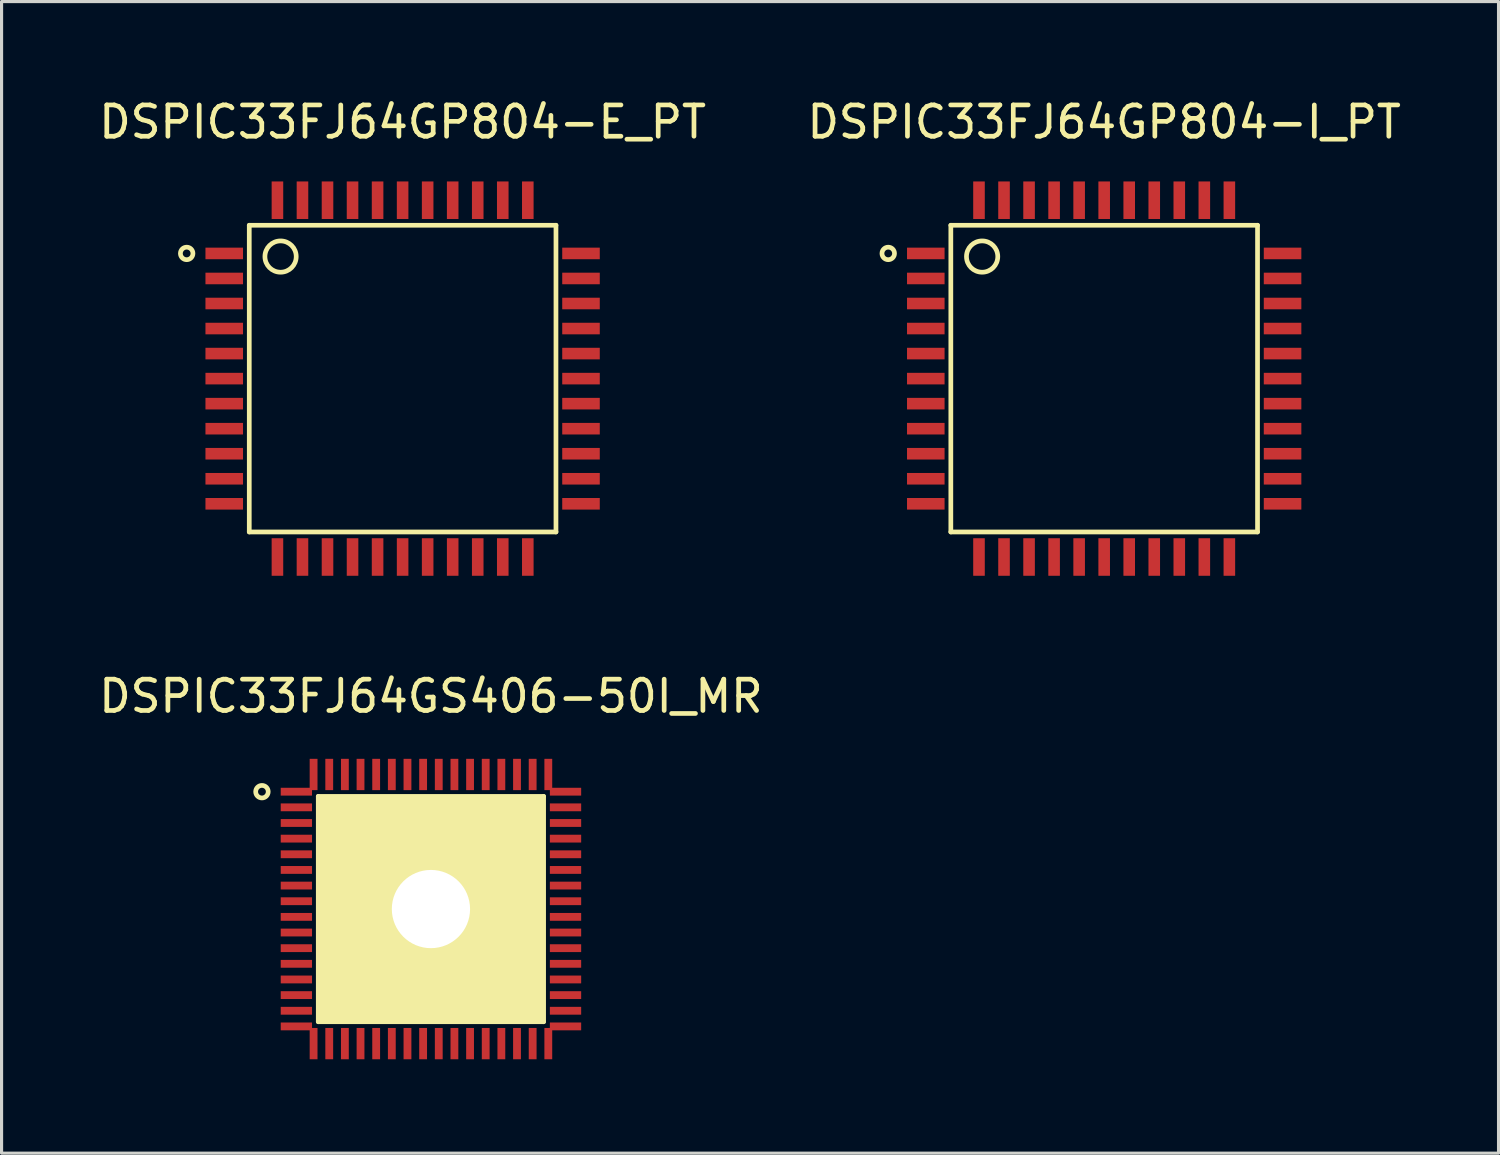
<source format=kicad_pcb>
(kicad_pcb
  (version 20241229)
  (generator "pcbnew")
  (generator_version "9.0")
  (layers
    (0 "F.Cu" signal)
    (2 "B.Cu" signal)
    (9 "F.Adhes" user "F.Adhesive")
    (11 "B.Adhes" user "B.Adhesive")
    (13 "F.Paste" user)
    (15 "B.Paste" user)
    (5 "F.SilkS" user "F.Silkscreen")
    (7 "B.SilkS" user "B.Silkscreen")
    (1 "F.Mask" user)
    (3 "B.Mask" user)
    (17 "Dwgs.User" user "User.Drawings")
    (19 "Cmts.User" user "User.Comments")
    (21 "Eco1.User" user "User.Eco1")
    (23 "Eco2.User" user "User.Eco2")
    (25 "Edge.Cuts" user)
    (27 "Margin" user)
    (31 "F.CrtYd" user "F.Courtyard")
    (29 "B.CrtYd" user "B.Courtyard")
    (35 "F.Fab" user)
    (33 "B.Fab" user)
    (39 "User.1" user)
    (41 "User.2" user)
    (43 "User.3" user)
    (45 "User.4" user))
  (footprint "DSPIC33FJ64GS406-50I_MR"
    (layer "F.Cu")
    (at 6.42 21.697)
    (property "Reference" "DSPIC33FJ64GS406-50I_MR" (at 4.3 -2.5 0) (layer "F.SilkS") (effects (font (size 1 1) (thickness 0.15))))
    (attr through_hole)
    (fp_line (start 0.7 0.7) (end 0.7 7.9) (stroke (width 0.15) (type solid)) (layer "F.SilkS"))
    (fp_line (start 0.7 0.7) (end 7.9 0.7) (stroke (width 0.15) (type solid)) (layer "F.SilkS"))
    (fp_line (start 0.7 7.9) (end 7.9 7.9) (stroke (width 0.15) (type solid)) (layer "F.SilkS"))
    (fp_line (start 7.9 7.9) (end 7.9 0.7) (stroke (width 0.15) (type solid)) (layer "F.SilkS"))
    (fp_circle (center -1.1 0.55) (end -1.1 0.35) (stroke (width 0.15) (type solid)) (fill no) (layer "F.SilkS"))
    (fp_circle (center 1.7 1.7) (end 1.7 1.2) (stroke (width 0.15) (type solid)) (fill no) (layer "F.SilkS"))
    (pad "1" smd rect (at 0 0.55) (size 1 0.25) (layers "F.Cu" "F.Mask" "F.Paste"))
    (pad "2" smd rect (at 0 1.05) (size 1 0.25) (layers "F.Cu" "F.Mask" "F.Paste"))
    (pad "3" smd rect (at 0 1.55) (size 1 0.25) (layers "F.Cu" "F.Mask" "F.Paste"))
    (pad "4" smd rect (at 0 2.05) (size 1 0.25) (layers "F.Cu" "F.Mask" "F.Paste"))
    (pad "5" smd rect (at 0 2.55) (size 1 0.25) (layers "F.Cu" "F.Mask" "F.Paste"))
    (pad "6" smd rect (at 0 3.05) (size 1 0.25) (layers "F.Cu" "F.Mask" "F.Paste"))
    (pad "7" smd rect (at 0 3.55) (size 1 0.25) (layers "F.Cu" "F.Mask" "F.Paste"))
    (pad "8" smd rect (at 0 4.05) (size 1 0.25) (layers "F.Cu" "F.Mask" "F.Paste"))
    (pad "9" smd rect (at 0 4.55) (size 1 0.25) (layers "F.Cu" "F.Mask" "F.Paste"))
    (pad "10" smd rect (at 0 5.05) (size 1 0.25) (layers "F.Cu" "F.Mask" "F.Paste"))
    (pad "11" smd rect (at 0 5.55) (size 1 0.25) (layers "F.Cu" "F.Mask" "F.Paste"))
    (pad "12" smd rect (at 0 6.05) (size 1 0.25) (layers "F.Cu" "F.Mask" "F.Paste"))
    (pad "13" smd rect (at 0 6.55) (size 1 0.25) (layers "F.Cu" "F.Mask" "F.Paste"))
    (pad "14" smd rect (at 0 7.05) (size 1 0.25) (layers "F.Cu" "F.Mask" "F.Paste"))
    (pad "15" smd rect (at 0 7.55) (size 1 0.25) (layers "F.Cu" "F.Mask" "F.Paste"))
    (pad "16" smd rect (at 0 8.05) (size 1 0.25) (layers "F.Cu" "F.Mask" "F.Paste"))
    (pad "17" smd rect (at 0.55 8.6) (size 0.25 1) (layers "F.Cu" "F.Mask" "F.Paste"))
    (pad "18" smd rect (at 1.05 8.6) (size 0.25 1) (layers "F.Cu" "F.Mask" "F.Paste"))
    (pad "19" smd rect (at 1.55 8.6) (size 0.25 1) (layers "F.Cu" "F.Mask" "F.Paste"))
    (pad "20" smd rect (at 2.05 8.6) (size 0.25 1) (layers "F.Cu" "F.Mask" "F.Paste"))
    (pad "21" smd rect (at 2.55 8.6) (size 0.25 1) (layers "F.Cu" "F.Mask" "F.Paste"))
    (pad "22" smd rect (at 3.05 8.6) (size 0.25 1) (layers "F.Cu" "F.Mask" "F.Paste"))
    (pad "23" smd rect (at 3.55 8.6) (size 0.25 1) (layers "F.Cu" "F.Mask" "F.Paste"))
    (pad "24" smd rect (at 4.05 8.6) (size 0.25 1) (layers "F.Cu" "F.Mask" "F.Paste"))
    (pad "25" smd rect (at 4.55 8.6) (size 0.25 1) (layers "F.Cu" "F.Mask" "F.Paste"))
    (pad "26" smd rect (at 5.05 8.6) (size 0.25 1) (layers "F.Cu" "F.Mask" "F.Paste"))
    (pad "27" smd rect (at 5.55 8.6) (size 0.25 1) (layers "F.Cu" "F.Mask" "F.Paste"))
    (pad "28" smd rect (at 6.05 8.6) (size 0.25 1) (layers "F.Cu" "F.Mask" "F.Paste"))
    (pad "29" smd rect (at 6.55 8.6) (size 0.25 1) (layers "F.Cu" "F.Mask" "F.Paste"))
    (pad "30" smd rect (at 7.05 8.6) (size 0.25 1) (layers "F.Cu" "F.Mask" "F.Paste"))
    (pad "31" smd rect (at 7.55 8.6) (size 0.25 1) (layers "F.Cu" "F.Mask" "F.Paste"))
    (pad "32" smd rect (at 8.05 8.6) (size 0.25 1) (layers "F.Cu" "F.Mask" "F.Paste"))
    (pad "33" smd rect (at 8.6 8.05) (size 1 0.25) (layers "F.Cu" "F.Mask" "F.Paste"))
    (pad "34" smd rect (at 8.6 7.55) (size 1 0.25) (layers "F.Cu" "F.Mask" "F.Paste"))
    (pad "35" smd rect (at 8.6 7.05) (size 1 0.25) (layers "F.Cu" "F.Mask" "F.Paste"))
    (pad "36" smd rect (at 8.6 6.55) (size 1 0.25) (layers "F.Cu" "F.Mask" "F.Paste"))
    (pad "37" smd rect (at 8.6 6.05) (size 1 0.25) (layers "F.Cu" "F.Mask" "F.Paste"))
    (pad "38" smd rect (at 8.6 5.55) (size 1 0.25) (layers "F.Cu" "F.Mask" "F.Paste"))
    (pad "39" smd rect (at 8.6 5.05) (size 1 0.25) (layers "F.Cu" "F.Mask" "F.Paste"))
    (pad "40" smd rect (at 8.6 4.55) (size 1 0.25) (layers "F.Cu" "F.Mask" "F.Paste"))
    (pad "41" smd rect (at 8.6 4.05) (size 1 0.25) (layers "F.Cu" "F.Mask" "F.Paste"))
    (pad "42" smd rect (at 8.6 3.55) (size 1 0.25) (layers "F.Cu" "F.Mask" "F.Paste"))
    (pad "43" smd rect (at 8.6 3.05) (size 1 0.25) (layers "F.Cu" "F.Mask" "F.Paste"))
    (pad "44" smd rect (at 8.6 2.55) (size 1 0.25) (layers "F.Cu" "F.Mask" "F.Paste"))
    (pad "45" smd rect (at 8.6 2.05) (size 1 0.25) (layers "F.Cu" "F.Mask" "F.Paste"))
    (pad "46" smd rect (at 8.6 1.55) (size 1 0.25) (layers "F.Cu" "F.Mask" "F.Paste"))
    (pad "47" smd rect (at 8.6 1.05) (size 1 0.25) (layers "F.Cu" "F.Mask" "F.Paste"))
    (pad "48" smd rect (at 8.6 0.55) (size 1 0.25) (layers "F.Cu" "F.Mask" "F.Paste"))
    (pad "49" smd rect (at 8.05 0) (size 0.25 1) (layers "F.Cu" "F.Mask" "F.Paste"))
    (pad "50" smd rect (at 7.55 0) (size 0.25 1) (layers "F.Cu" "F.Mask" "F.Paste"))
    (pad "51" smd rect (at 7.05 0) (size 0.25 1) (layers "F.Cu" "F.Mask" "F.Paste"))
    (pad "52" smd rect (at 6.55 0) (size 0.25 1) (layers "F.Cu" "F.Mask" "F.Paste"))
    (pad "53" smd rect (at 6.05 0) (size 0.25 1) (layers "F.Cu" "F.Mask" "F.Paste"))
    (pad "54" smd rect (at 5.55 0) (size 0.25 1) (layers "F.Cu" "F.Mask" "F.Paste"))
    (pad "55" smd rect (at 5.05 0) (size 0.25 1) (layers "F.Cu" "F.Mask" "F.Paste"))
    (pad "56" smd rect (at 4.55 0) (size 0.25 1) (layers "F.Cu" "F.Mask" "F.Paste"))
    (pad "57" smd rect (at 4.05 0) (size 0.25 1) (layers "F.Cu" "F.Mask" "F.Paste"))
    (pad "58" smd rect (at 3.55 0) (size 0.25 1) (layers "F.Cu" "F.Mask" "F.Paste"))
    (pad "59" smd rect (at 3.05 0) (size 0.25 1) (layers "F.Cu" "F.Mask" "F.Paste"))
    (pad "60" smd rect (at 2.55 0) (size 0.25 1) (layers "F.Cu" "F.Mask" "F.Paste"))
    (pad "61" smd rect (at 2.05 0) (size 0.25 1) (layers "F.Cu" "F.Mask" "F.Paste"))
    (pad "62" smd rect (at 1.55 0) (size 0.25 1) (layers "F.Cu" "F.Mask" "F.Paste"))
    (pad "63" smd rect (at 1.05 0) (size 0.25 1) (layers "F.Cu" "F.Mask" "F.Paste"))
    (pad "64" smd rect (at 0.55 0) (size 0.25 1) (layers "F.Cu" "F.Mask" "F.Paste"))
    (pad "999" thru_hole rect (at 4.3 4.3) (size 7.15 7.15) (drill 2.5) (layers "*.Cu" "*.Mask" "F.SilkS")))
  (footprint "DSPIC33FJ64GP804-I_PT"
    (layer "F.Cu")
    (at 26.532 3.348)
    (property "Reference" "DSPIC33FJ64GP804-I_PT" (at 5.7 -2.5 0) (layer "F.SilkS") (effects (font (size 1 1) (thickness 0.15))))
    (attr through_hole)
    (fp_line (start 0.8 0.8) (end 0.8 10.6) (stroke (width 0.15) (type solid)) (layer "F.SilkS"))
    (fp_line (start 0.8 0.8) (end 10.6 0.8) (stroke (width 0.15) (type solid)) (layer "F.SilkS"))
    (fp_line (start 0.8 10.6) (end 10.6 10.6) (stroke (width 0.15) (type solid)) (layer "F.SilkS"))
    (fp_line (start 10.6 10.6) (end 10.6 0.8) (stroke (width 0.15) (type solid)) (layer "F.SilkS"))
    (fp_circle (center -1.2 1.7) (end -1.2 1.5) (stroke (width 0.15) (type solid)) (fill no) (layer "F.SilkS"))
    (fp_circle (center 1.8 1.8) (end 1.8 1.3) (stroke (width 0.15) (type solid)) (fill no) (layer "F.SilkS"))
    (pad "1" smd rect (at 0 1.7) (size 1.2 0.37) (layers "F.Cu" "F.Mask" "F.Paste"))
    (pad "2" smd rect (at 0 2.5) (size 1.2 0.37) (layers "F.Cu" "F.Mask" "F.Paste"))
    (pad "3" smd rect (at 0 3.3) (size 1.2 0.37) (layers "F.Cu" "F.Mask" "F.Paste"))
    (pad "4" smd rect (at 0 4.1) (size 1.2 0.37) (layers "F.Cu" "F.Mask" "F.Paste"))
    (pad "5" smd rect (at 0 4.9) (size 1.2 0.37) (layers "F.Cu" "F.Mask" "F.Paste"))
    (pad "6" smd rect (at 0 5.7) (size 1.2 0.37) (layers "F.Cu" "F.Mask" "F.Paste"))
    (pad "7" smd rect (at 0 6.5) (size 1.2 0.37) (layers "F.Cu" "F.Mask" "F.Paste"))
    (pad "8" smd rect (at 0 7.3) (size 1.2 0.37) (layers "F.Cu" "F.Mask" "F.Paste"))
    (pad "9" smd rect (at 0 8.1) (size 1.2 0.37) (layers "F.Cu" "F.Mask" "F.Paste"))
    (pad "10" smd rect (at 0 8.9) (size 1.2 0.37) (layers "F.Cu" "F.Mask" "F.Paste"))
    (pad "11" smd rect (at 0 9.7) (size 1.2 0.37) (layers "F.Cu" "F.Mask" "F.Paste"))
    (pad "12" smd rect (at 1.7 11.4) (size 0.37 1.2) (layers "F.Cu" "F.Mask" "F.Paste"))
    (pad "13" smd rect (at 2.5 11.4) (size 0.37 1.2) (layers "F.Cu" "F.Mask" "F.Paste"))
    (pad "14" smd rect (at 3.3 11.4) (size 0.37 1.2) (layers "F.Cu" "F.Mask" "F.Paste"))
    (pad "15" smd rect (at 4.1 11.4) (size 0.37 1.2) (layers "F.Cu" "F.Mask" "F.Paste"))
    (pad "16" smd rect (at 4.9 11.4) (size 0.37 1.2) (layers "F.Cu" "F.Mask" "F.Paste"))
    (pad "17" smd rect (at 5.7 11.4) (size 0.37 1.2) (layers "F.Cu" "F.Mask" "F.Paste"))
    (pad "18" smd rect (at 6.5 11.4) (size 0.37 1.2) (layers "F.Cu" "F.Mask" "F.Paste"))
    (pad "19" smd rect (at 7.3 11.4) (size 0.37 1.2) (layers "F.Cu" "F.Mask" "F.Paste"))
    (pad "20" smd rect (at 8.1 11.4) (size 0.37 1.2) (layers "F.Cu" "F.Mask" "F.Paste"))
    (pad "21" smd rect (at 8.9 11.4) (size 0.37 1.2) (layers "F.Cu" "F.Mask" "F.Paste"))
    (pad "22" smd rect (at 9.7 11.4) (size 0.37 1.2) (layers "F.Cu" "F.Mask" "F.Paste"))
    (pad "23" smd rect (at 11.4 9.7) (size 1.2 0.37) (layers "F.Cu" "F.Mask" "F.Paste"))
    (pad "24" smd rect (at 11.4 8.9) (size 1.2 0.37) (layers "F.Cu" "F.Mask" "F.Paste"))
    (pad "25" smd rect (at 11.4 8.1) (size 1.2 0.37) (layers "F.Cu" "F.Mask" "F.Paste"))
    (pad "26" smd rect (at 11.4 7.3) (size 1.2 0.37) (layers "F.Cu" "F.Mask" "F.Paste"))
    (pad "27" smd rect (at 11.4 6.5) (size 1.2 0.37) (layers "F.Cu" "F.Mask" "F.Paste"))
    (pad "28" smd rect (at 11.4 5.7) (size 1.2 0.37) (layers "F.Cu" "F.Mask" "F.Paste"))
    (pad "29" smd rect (at 11.4 4.9) (size 1.2 0.37) (layers "F.Cu" "F.Mask" "F.Paste"))
    (pad "30" smd rect (at 11.4 4.1) (size 1.2 0.37) (layers "F.Cu" "F.Mask" "F.Paste"))
    (pad "31" smd rect (at 11.4 3.3) (size 1.2 0.37) (layers "F.Cu" "F.Mask" "F.Paste"))
    (pad "32" smd rect (at 11.4 2.5) (size 1.2 0.37) (layers "F.Cu" "F.Mask" "F.Paste"))
    (pad "33" smd rect (at 11.4 1.7) (size 1.2 0.37) (layers "F.Cu" "F.Mask" "F.Paste"))
    (pad "34" smd rect (at 9.7 0) (size 0.37 1.2) (layers "F.Cu" "F.Mask" "F.Paste"))
    (pad "35" smd rect (at 8.9 0) (size 0.37 1.2) (layers "F.Cu" "F.Mask" "F.Paste"))
    (pad "36" smd rect (at 8.1 0) (size 0.37 1.2) (layers "F.Cu" "F.Mask" "F.Paste"))
    (pad "37" smd rect (at 7.3 0) (size 0.37 1.2) (layers "F.Cu" "F.Mask" "F.Paste"))
    (pad "38" smd rect (at 6.5 0) (size 0.37 1.2) (layers "F.Cu" "F.Mask" "F.Paste"))
    (pad "39" smd rect (at 5.7 0) (size 0.37 1.2) (layers "F.Cu" "F.Mask" "F.Paste"))
    (pad "40" smd rect (at 4.9 0) (size 0.37 1.2) (layers "F.Cu" "F.Mask" "F.Paste"))
    (pad "41" smd rect (at 4.1 0) (size 0.37 1.2) (layers "F.Cu" "F.Mask" "F.Paste"))
    (pad "42" smd rect (at 3.3 0) (size 0.37 1.2) (layers "F.Cu" "F.Mask" "F.Paste"))
    (pad "43" smd rect (at 2.5 0) (size 0.37 1.2) (layers "F.Cu" "F.Mask" "F.Paste"))
    (pad "44" smd rect (at 1.7 0) (size 0.37 1.2) (layers "F.Cu" "F.Mask" "F.Paste")))
  (footprint "DSPIC33FJ64GP804-E_PT"
    (layer "F.Cu")
    (at 4.115 3.348)
    (property "Reference" "DSPIC33FJ64GP804-E_PT" (at 5.7 -2.5 0) (layer "F.SilkS") (effects (font (size 1 1) (thickness 0.15))))
    (attr through_hole)
    (fp_line (start 0.8 0.8) (end 0.8 10.6) (stroke (width 0.15) (type solid)) (layer "F.SilkS"))
    (fp_line (start 0.8 0.8) (end 10.6 0.8) (stroke (width 0.15) (type solid)) (layer "F.SilkS"))
    (fp_line (start 0.8 10.6) (end 10.6 10.6) (stroke (width 0.15) (type solid)) (layer "F.SilkS"))
    (fp_line (start 10.6 10.6) (end 10.6 0.8) (stroke (width 0.15) (type solid)) (layer "F.SilkS"))
    (fp_circle (center -1.2 1.7) (end -1.2 1.5) (stroke (width 0.15) (type solid)) (fill no) (layer "F.SilkS"))
    (fp_circle (center 1.8 1.8) (end 1.8 1.3) (stroke (width 0.15) (type solid)) (fill no) (layer "F.SilkS"))
    (pad "1" smd rect (at 0 1.7) (size 1.2 0.37) (layers "F.Cu" "F.Mask" "F.Paste"))
    (pad "2" smd rect (at 0 2.5) (size 1.2 0.37) (layers "F.Cu" "F.Mask" "F.Paste"))
    (pad "3" smd rect (at 0 3.3) (size 1.2 0.37) (layers "F.Cu" "F.Mask" "F.Paste"))
    (pad "4" smd rect (at 0 4.1) (size 1.2 0.37) (layers "F.Cu" "F.Mask" "F.Paste"))
    (pad "5" smd rect (at 0 4.9) (size 1.2 0.37) (layers "F.Cu" "F.Mask" "F.Paste"))
    (pad "6" smd rect (at 0 5.7) (size 1.2 0.37) (layers "F.Cu" "F.Mask" "F.Paste"))
    (pad "7" smd rect (at 0 6.5) (size 1.2 0.37) (layers "F.Cu" "F.Mask" "F.Paste"))
    (pad "8" smd rect (at 0 7.3) (size 1.2 0.37) (layers "F.Cu" "F.Mask" "F.Paste"))
    (pad "9" smd rect (at 0 8.1) (size 1.2 0.37) (layers "F.Cu" "F.Mask" "F.Paste"))
    (pad "10" smd rect (at 0 8.9) (size 1.2 0.37) (layers "F.Cu" "F.Mask" "F.Paste"))
    (pad "11" smd rect (at 0 9.7) (size 1.2 0.37) (layers "F.Cu" "F.Mask" "F.Paste"))
    (pad "12" smd rect (at 1.7 11.4) (size 0.37 1.2) (layers "F.Cu" "F.Mask" "F.Paste"))
    (pad "13" smd rect (at 2.5 11.4) (size 0.37 1.2) (layers "F.Cu" "F.Mask" "F.Paste"))
    (pad "14" smd rect (at 3.3 11.4) (size 0.37 1.2) (layers "F.Cu" "F.Mask" "F.Paste"))
    (pad "15" smd rect (at 4.1 11.4) (size 0.37 1.2) (layers "F.Cu" "F.Mask" "F.Paste"))
    (pad "16" smd rect (at 4.9 11.4) (size 0.37 1.2) (layers "F.Cu" "F.Mask" "F.Paste"))
    (pad "17" smd rect (at 5.7 11.4) (size 0.37 1.2) (layers "F.Cu" "F.Mask" "F.Paste"))
    (pad "18" smd rect (at 6.5 11.4) (size 0.37 1.2) (layers "F.Cu" "F.Mask" "F.Paste"))
    (pad "19" smd rect (at 7.3 11.4) (size 0.37 1.2) (layers "F.Cu" "F.Mask" "F.Paste"))
    (pad "20" smd rect (at 8.1 11.4) (size 0.37 1.2) (layers "F.Cu" "F.Mask" "F.Paste"))
    (pad "21" smd rect (at 8.9 11.4) (size 0.37 1.2) (layers "F.Cu" "F.Mask" "F.Paste"))
    (pad "22" smd rect (at 9.7 11.4) (size 0.37 1.2) (layers "F.Cu" "F.Mask" "F.Paste"))
    (pad "23" smd rect (at 11.4 9.7) (size 1.2 0.37) (layers "F.Cu" "F.Mask" "F.Paste"))
    (pad "24" smd rect (at 11.4 8.9) (size 1.2 0.37) (layers "F.Cu" "F.Mask" "F.Paste"))
    (pad "25" smd rect (at 11.4 8.1) (size 1.2 0.37) (layers "F.Cu" "F.Mask" "F.Paste"))
    (pad "26" smd rect (at 11.4 7.3) (size 1.2 0.37) (layers "F.Cu" "F.Mask" "F.Paste"))
    (pad "27" smd rect (at 11.4 6.5) (size 1.2 0.37) (layers "F.Cu" "F.Mask" "F.Paste"))
    (pad "28" smd rect (at 11.4 5.7) (size 1.2 0.37) (layers "F.Cu" "F.Mask" "F.Paste"))
    (pad "29" smd rect (at 11.4 4.9) (size 1.2 0.37) (layers "F.Cu" "F.Mask" "F.Paste"))
    (pad "30" smd rect (at 11.4 4.1) (size 1.2 0.37) (layers "F.Cu" "F.Mask" "F.Paste"))
    (pad "31" smd rect (at 11.4 3.3) (size 1.2 0.37) (layers "F.Cu" "F.Mask" "F.Paste"))
    (pad "32" smd rect (at 11.4 2.5) (size 1.2 0.37) (layers "F.Cu" "F.Mask" "F.Paste"))
    (pad "33" smd rect (at 11.4 1.7) (size 1.2 0.37) (layers "F.Cu" "F.Mask" "F.Paste"))
    (pad "34" smd rect (at 9.7 0) (size 0.37 1.2) (layers "F.Cu" "F.Mask" "F.Paste"))
    (pad "35" smd rect (at 8.9 0) (size 0.37 1.2) (layers "F.Cu" "F.Mask" "F.Paste"))
    (pad "36" smd rect (at 8.1 0) (size 0.37 1.2) (layers "F.Cu" "F.Mask" "F.Paste"))
    (pad "37" smd rect (at 7.3 0) (size 0.37 1.2) (layers "F.Cu" "F.Mask" "F.Paste"))
    (pad "38" smd rect (at 6.5 0) (size 0.37 1.2) (layers "F.Cu" "F.Mask" "F.Paste"))
    (pad "39" smd rect (at 5.7 0) (size 0.37 1.2) (layers "F.Cu" "F.Mask" "F.Paste"))
    (pad "40" smd rect (at 4.9 0) (size 0.37 1.2) (layers "F.Cu" "F.Mask" "F.Paste"))
    (pad "41" smd rect (at 4.1 0) (size 0.37 1.2) (layers "F.Cu" "F.Mask" "F.Paste"))
    (pad "42" smd rect (at 3.3 0) (size 0.37 1.2) (layers "F.Cu" "F.Mask" "F.Paste"))
    (pad "43" smd rect (at 2.5 0) (size 0.37 1.2) (layers "F.Cu" "F.Mask" "F.Paste"))
    (pad "44" smd rect (at 1.7 0) (size 0.37 1.2) (layers "F.Cu" "F.Mask" "F.Paste")))
  (gr_rect
    (start -3 -3)
    (end 44.833 33.797)
    (stroke (width 0.1) (type default))
    (fill no)
    (layer "Edge.Cuts")))
</source>
